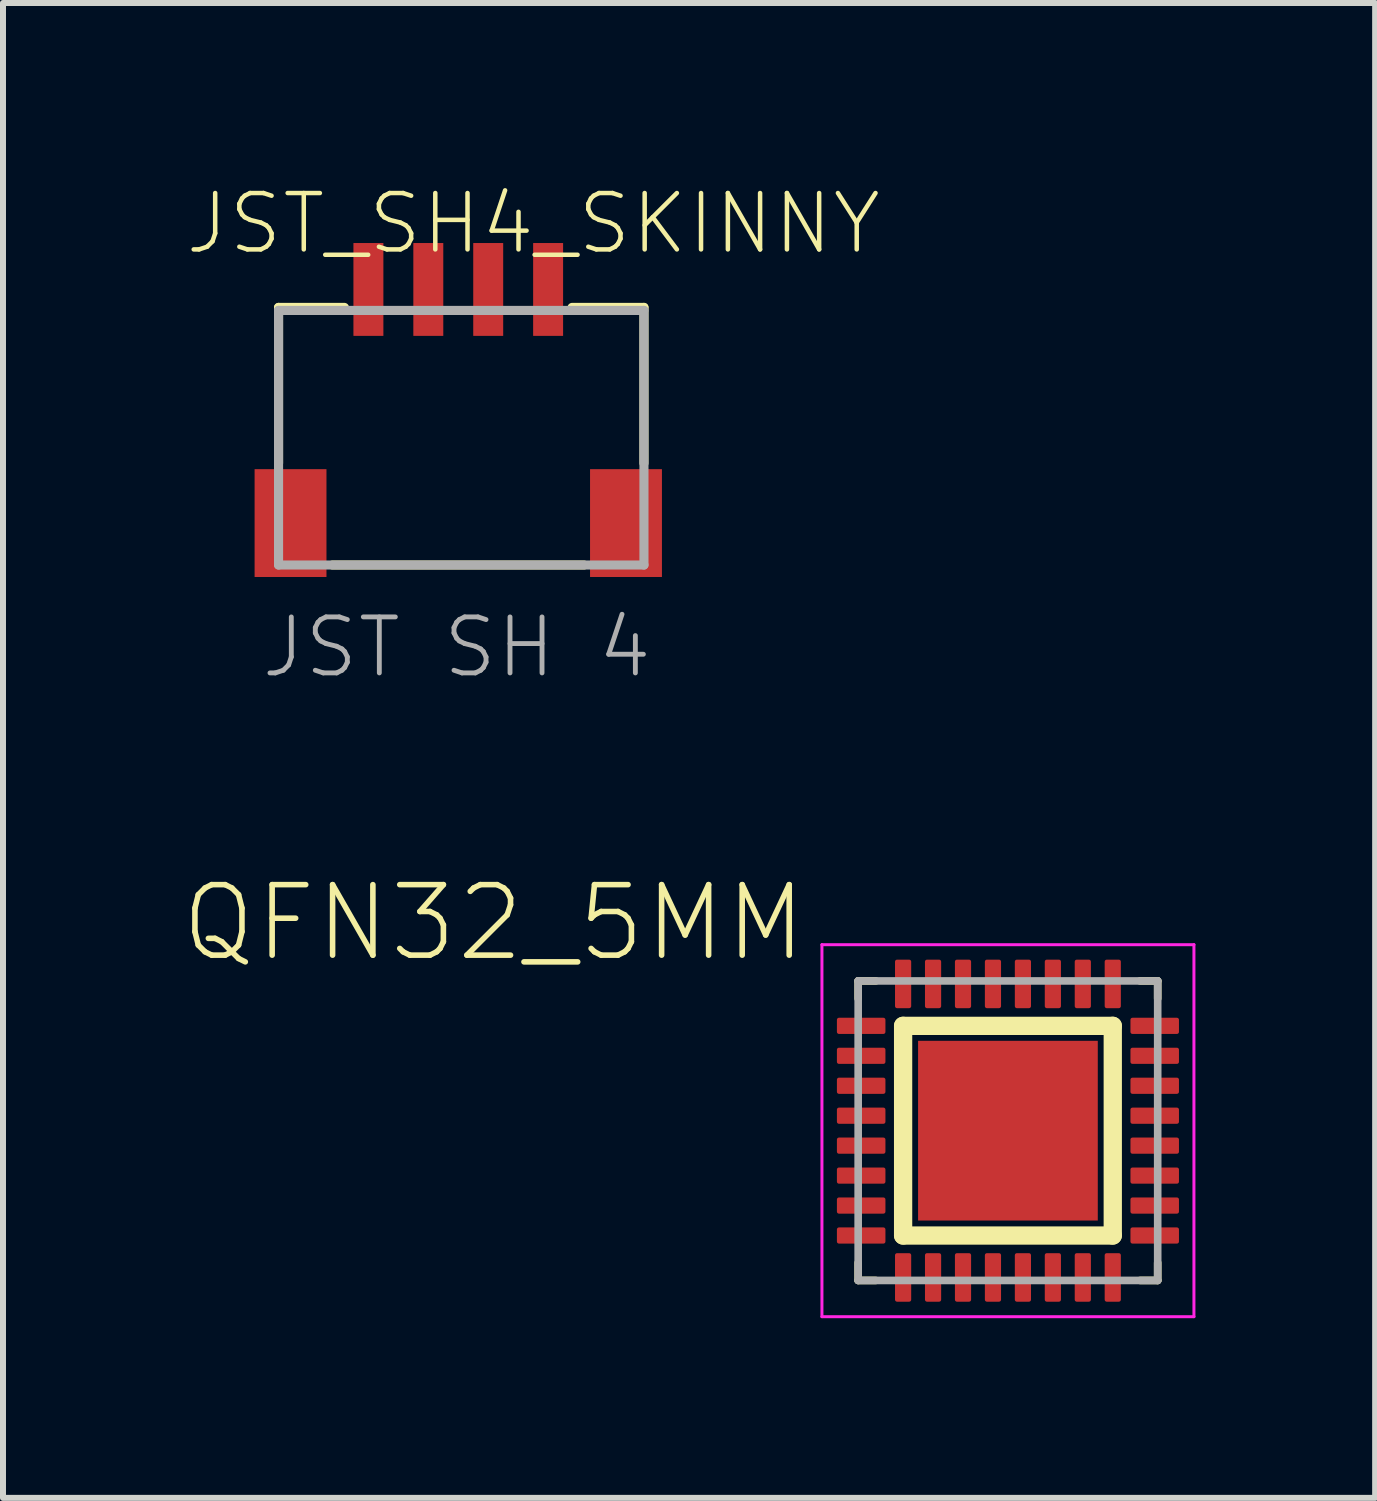
<source format=kicad_pcb>
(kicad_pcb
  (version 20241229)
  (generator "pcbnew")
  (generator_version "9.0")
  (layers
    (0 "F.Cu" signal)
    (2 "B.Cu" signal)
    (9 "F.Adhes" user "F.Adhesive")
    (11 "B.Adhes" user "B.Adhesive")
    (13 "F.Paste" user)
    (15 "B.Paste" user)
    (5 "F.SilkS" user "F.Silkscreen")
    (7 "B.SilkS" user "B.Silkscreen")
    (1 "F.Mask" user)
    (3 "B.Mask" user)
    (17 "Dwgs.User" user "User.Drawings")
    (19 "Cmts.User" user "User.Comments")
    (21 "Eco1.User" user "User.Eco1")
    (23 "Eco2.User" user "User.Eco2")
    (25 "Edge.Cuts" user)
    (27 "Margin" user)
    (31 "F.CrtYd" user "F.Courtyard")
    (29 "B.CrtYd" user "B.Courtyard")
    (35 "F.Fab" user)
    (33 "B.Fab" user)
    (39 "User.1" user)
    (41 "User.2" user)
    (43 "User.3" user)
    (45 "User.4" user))
  (footprint "QFN32_5MM"
    (layer "F.Cu")
    (at 13.776 15.825)
    (property "Reference" "QFN32_5MM" (at -3.31 -3.47 0) (layer "F.SilkS") (effects (font (size 1.177 1.177) (thickness 0.093)) (justify right)))
    (fp_line (start -2.5 -2.5) (end -2.5 -2.205) (stroke (width 0.127) (type solid)) (layer "F.SilkS"))
    (fp_line (start -2.5 -2.5) (end -2.205 -2.5) (stroke (width 0.127) (type solid)) (layer "F.SilkS"))
    (fp_line (start -2.5 2.5) (end -2.5 2.205) (stroke (width 0.127) (type solid)) (layer "F.SilkS"))
    (fp_line (start -2.5 2.5) (end -2.205 2.5) (stroke (width 0.127) (type solid)) (layer "F.SilkS"))
    (fp_line (start -1.75 -1.75) (end 1.75 -1.75) (stroke (width 0.305) (type solid)) (layer "F.SilkS"))
    (fp_line (start -1.75 1.75) (end -1.75 -1.75) (stroke (width 0.305) (type solid)) (layer "F.SilkS"))
    (fp_line (start 1.75 -1.75) (end 1.75 1.75) (stroke (width 0.305) (type solid)) (layer "F.SilkS"))
    (fp_line (start 1.75 1.75) (end -1.75 1.75) (stroke (width 0.305) (type solid)) (layer "F.SilkS"))
    (fp_line (start 2.5 -2.5) (end 2.205 -2.5) (stroke (width 0.127) (type solid)) (layer "F.SilkS"))
    (fp_line (start 2.5 -2.5) (end 2.5 -2.205) (stroke (width 0.127) (type solid)) (layer "F.SilkS"))
    (fp_line (start 2.5 2.5) (end 2.205 2.5) (stroke (width 0.127) (type solid)) (layer "F.SilkS"))
    (fp_line (start 2.5 2.5) (end 2.5 2.205) (stroke (width 0.127) (type solid)) (layer "F.SilkS"))
    (fp_poly (pts (xy -1.25 -0.35) (xy -0.35 -0.35) (xy -0.35 -1.25) (xy -1.25 -1.25)) (stroke (width 0) (type solid)) (fill yes) (layer "F.Paste"))
    (fp_poly (pts (xy -1.25 1.25) (xy -0.35 1.25) (xy -0.35 0.35) (xy -1.25 0.35)) (stroke (width 0) (type solid)) (fill yes) (layer "F.Paste"))
    (fp_poly (pts (xy 0.35 -0.35) (xy 1.25 -0.35) (xy 1.25 -1.25) (xy 0.35 -1.25)) (stroke (width 0) (type solid)) (fill yes) (layer "F.Paste"))
    (fp_poly (pts (xy 0.35 1.25) (xy 1.25 1.25) (xy 1.25 0.35) (xy 0.35 0.35)) (stroke (width 0) (type solid)) (fill yes) (layer "F.Paste"))
    (fp_line (start -3.105 -3.105) (end 3.105 -3.105) (stroke (width 0.05) (type solid)) (layer "F.CrtYd"))
    (fp_line (start -3.105 3.105) (end -3.105 -3.105) (stroke (width 0.05) (type solid)) (layer "F.CrtYd"))
    (fp_line (start -3.105 3.105) (end 3.105 3.105) (stroke (width 0.05) (type solid)) (layer "F.CrtYd"))
    (fp_line (start 3.105 3.105) (end 3.105 -3.105) (stroke (width 0.05) (type solid)) (layer "F.CrtYd"))
    (fp_line (start -2.5 2.5) (end -2.5 -2.5) (stroke (width 0.127) (type solid)) (layer "F.Fab"))
    (fp_line (start 2.5 -2.5) (end -2.5 -2.5) (stroke (width 0.127) (type solid)) (layer "F.Fab"))
    (fp_line (start 2.5 2.5) (end -2.5 2.5) (stroke (width 0.127) (type solid)) (layer "F.Fab"))
    (fp_line (start 2.5 2.5) (end 2.5 -2.5) (stroke (width 0.127) (type solid)) (layer "F.Fab"))
    (pad "1" smd roundrect (at -2.45 -1.75 180) (size 0.81 0.27) (layers "F.Cu" "F.Mask" "F.Paste") (roundrect_rratio 0.125))
    (pad "2" smd roundrect (at -2.45 -1.25 180) (size 0.81 0.27) (layers "F.Cu" "F.Mask" "F.Paste") (roundrect_rratio 0.125))
    (pad "3" smd roundrect (at -2.45 -0.75 180) (size 0.81 0.27) (layers "F.Cu" "F.Mask" "F.Paste") (roundrect_rratio 0.125))
    (pad "4" smd roundrect (at -2.45 -0.25 180) (size 0.81 0.27) (layers "F.Cu" "F.Mask" "F.Paste") (roundrect_rratio 0.125))
    (pad "5" smd roundrect (at -2.45 0.25 180) (size 0.81 0.27) (layers "F.Cu" "F.Mask" "F.Paste") (roundrect_rratio 0.125))
    (pad "6" smd roundrect (at -2.45 0.75 180) (size 0.81 0.27) (layers "F.Cu" "F.Mask" "F.Paste") (roundrect_rratio 0.125))
    (pad "7" smd roundrect (at -2.45 1.25 180) (size 0.81 0.27) (layers "F.Cu" "F.Mask" "F.Paste") (roundrect_rratio 0.125))
    (pad "8" smd roundrect (at -2.45 1.75 180) (size 0.81 0.27) (layers "F.Cu" "F.Mask" "F.Paste") (roundrect_rratio 0.125))
    (pad "9" smd roundrect (at -1.75 2.45 180) (size 0.27 0.81) (layers "F.Cu" "F.Mask" "F.Paste") (roundrect_rratio 0.125))
    (pad "10" smd roundrect (at -1.25 2.45 180) (size 0.27 0.81) (layers "F.Cu" "F.Mask" "F.Paste") (roundrect_rratio 0.125))
    (pad "11" smd roundrect (at -0.75 2.45 180) (size 0.27 0.81) (layers "F.Cu" "F.Mask" "F.Paste") (roundrect_rratio 0.125))
    (pad "12" smd roundrect (at -0.25 2.45 180) (size 0.27 0.81) (layers "F.Cu" "F.Mask" "F.Paste") (roundrect_rratio 0.125))
    (pad "13" smd roundrect (at 0.25 2.45 180) (size 0.27 0.81) (layers "F.Cu" "F.Mask" "F.Paste") (roundrect_rratio 0.125))
    (pad "14" smd roundrect (at 0.75 2.45 180) (size 0.27 0.81) (layers "F.Cu" "F.Mask" "F.Paste") (roundrect_rratio 0.125))
    (pad "15" smd roundrect (at 1.25 2.45 180) (size 0.27 0.81) (layers "F.Cu" "F.Mask" "F.Paste") (roundrect_rratio 0.125))
    (pad "16" smd roundrect (at 1.75 2.45 180) (size 0.27 0.81) (layers "F.Cu" "F.Mask" "F.Paste") (roundrect_rratio 0.125))
    (pad "17" smd roundrect (at 2.45 1.75 180) (size 0.81 0.27) (layers "F.Cu" "F.Mask" "F.Paste") (roundrect_rratio 0.125))
    (pad "18" smd roundrect (at 2.45 1.25 180) (size 0.81 0.27) (layers "F.Cu" "F.Mask" "F.Paste") (roundrect_rratio 0.125))
    (pad "19" smd roundrect (at 2.45 0.75 180) (size 0.81 0.27) (layers "F.Cu" "F.Mask" "F.Paste") (roundrect_rratio 0.125))
    (pad "20" smd roundrect (at 2.45 0.25 180) (size 0.81 0.27) (layers "F.Cu" "F.Mask" "F.Paste") (roundrect_rratio 0.125))
    (pad "21" smd roundrect (at 2.45 -0.25 180) (size 0.81 0.27) (layers "F.Cu" "F.Mask" "F.Paste") (roundrect_rratio 0.125))
    (pad "22" smd roundrect (at 2.45 -0.75 180) (size 0.81 0.27) (layers "F.Cu" "F.Mask" "F.Paste") (roundrect_rratio 0.125))
    (pad "23" smd roundrect (at 2.45 -1.25 180) (size 0.81 0.27) (layers "F.Cu" "F.Mask" "F.Paste") (roundrect_rratio 0.125))
    (pad "24" smd roundrect (at 2.45 -1.75 180) (size 0.81 0.27) (layers "F.Cu" "F.Mask" "F.Paste") (roundrect_rratio 0.125))
    (pad "25" smd roundrect (at 1.75 -2.45 180) (size 0.27 0.81) (layers "F.Cu" "F.Mask" "F.Paste") (roundrect_rratio 0.125))
    (pad "26" smd roundrect (at 1.25 -2.45 180) (size 0.27 0.81) (layers "F.Cu" "F.Mask" "F.Paste") (roundrect_rratio 0.125))
    (pad "27" smd roundrect (at 0.75 -2.45 180) (size 0.27 0.81) (layers "F.Cu" "F.Mask" "F.Paste") (roundrect_rratio 0.125))
    (pad "28" smd roundrect (at 0.25 -2.45 180) (size 0.27 0.81) (layers "F.Cu" "F.Mask" "F.Paste") (roundrect_rratio 0.125))
    (pad "29" smd roundrect (at -0.25 -2.45 180) (size 0.27 0.81) (layers "F.Cu" "F.Mask" "F.Paste") (roundrect_rratio 0.125))
    (pad "30" smd roundrect (at -0.75 -2.45 180) (size 0.27 0.81) (layers "F.Cu" "F.Mask" "F.Paste") (roundrect_rratio 0.125))
    (pad "31" smd roundrect (at -1.25 -2.45 180) (size 0.27 0.81) (layers "F.Cu" "F.Mask" "F.Paste") (roundrect_rratio 0.125))
    (pad "32" smd roundrect (at -1.75 -2.45 180) (size 0.27 0.81) (layers "F.Cu" "F.Mask" "F.Paste") (roundrect_rratio 0.125))
    (pad "33" smd rect (at 0 0 180) (size 3 3) (layers "F.Cu" "F.Mask")))
  (footprint "JST_SH4_SKINNY"
    (layer "F.Cu")
    (at 4.6 4.296)
    (property "Reference" "JST_SH4_SKINNY" (at -4.6 -3.614 0) (layer "F.SilkS") (effects (font (size 0.941 0.941) (thickness 0.075)) (justify left)))
    (fp_line (start -3 -2.214) (end -1.9 -2.214) (stroke (width 0.152) (type solid)) (layer "F.SilkS"))
    (fp_line (start -3 0.386) (end -3 -2.214) (stroke (width 0.152) (type solid)) (layer "F.SilkS"))
    (fp_line (start -2.1 2.086) (end 2.1 2.086) (stroke (width 0.152) (type solid)) (layer "F.SilkS"))
    (fp_line (start 1.9 -2.214) (end 3.1 -2.214) (stroke (width 0.152) (type solid)) (layer "F.SilkS"))
    (fp_line (start 3.1 -2.214) (end 3.1 0.386) (stroke (width 0.152) (type solid)) (layer "F.SilkS"))
    (fp_line (start -3 -2.164) (end 3.1 -2.164) (stroke (width 0.152) (type solid)) (layer "F.Fab"))
    (fp_line (start -3 2.086) (end -3 -2.164) (stroke (width 0.152) (type solid)) (layer "F.Fab"))
    (fp_line (start 3.1 -2.164) (end 3.1 2.086) (stroke (width 0.152) (type solid)) (layer "F.Fab"))
    (fp_line (start 3.1 2.086) (end -3 2.086) (stroke (width 0.152) (type solid)) (layer "F.Fab"))
    (fp_text user "JST SH 4" (at -3.33 4.006 0) (layer "F.Fab") (effects (font (size 0.935 0.935) (thickness 0.081)) (justify left bottom)))
    (pad "1" smd rect (at -1.5 -2.514 90) (size 1.55 0.5) (layers "F.Cu" "F.Mask" "F.Paste"))
    (pad "2" smd rect (at -0.5 -2.514 90) (size 1.55 0.5) (layers "F.Cu" "F.Mask" "F.Paste"))
    (pad "3" smd rect (at 0.5 -2.514 90) (size 1.55 0.5) (layers "F.Cu" "F.Mask" "F.Paste"))
    (pad "4" smd rect (at 1.5 -2.514 90) (size 1.55 0.5) (layers "F.Cu" "F.Mask" "F.Paste"))
    (pad "MT1" smd rect (at -2.8 1.386 90) (size 1.8 1.2) (layers "F.Cu" "F.Mask" "F.Paste"))
    (pad "MT2" smd rect (at 2.8 1.386 90) (size 1.8 1.2) (layers "F.Cu" "F.Mask" "F.Paste")))
  (gr_rect
    (start -3 -3)
    (end 19.906 21.955)
    (stroke (width 0.1) (type default))
    (fill no)
    (layer "Edge.Cuts")))
</source>
